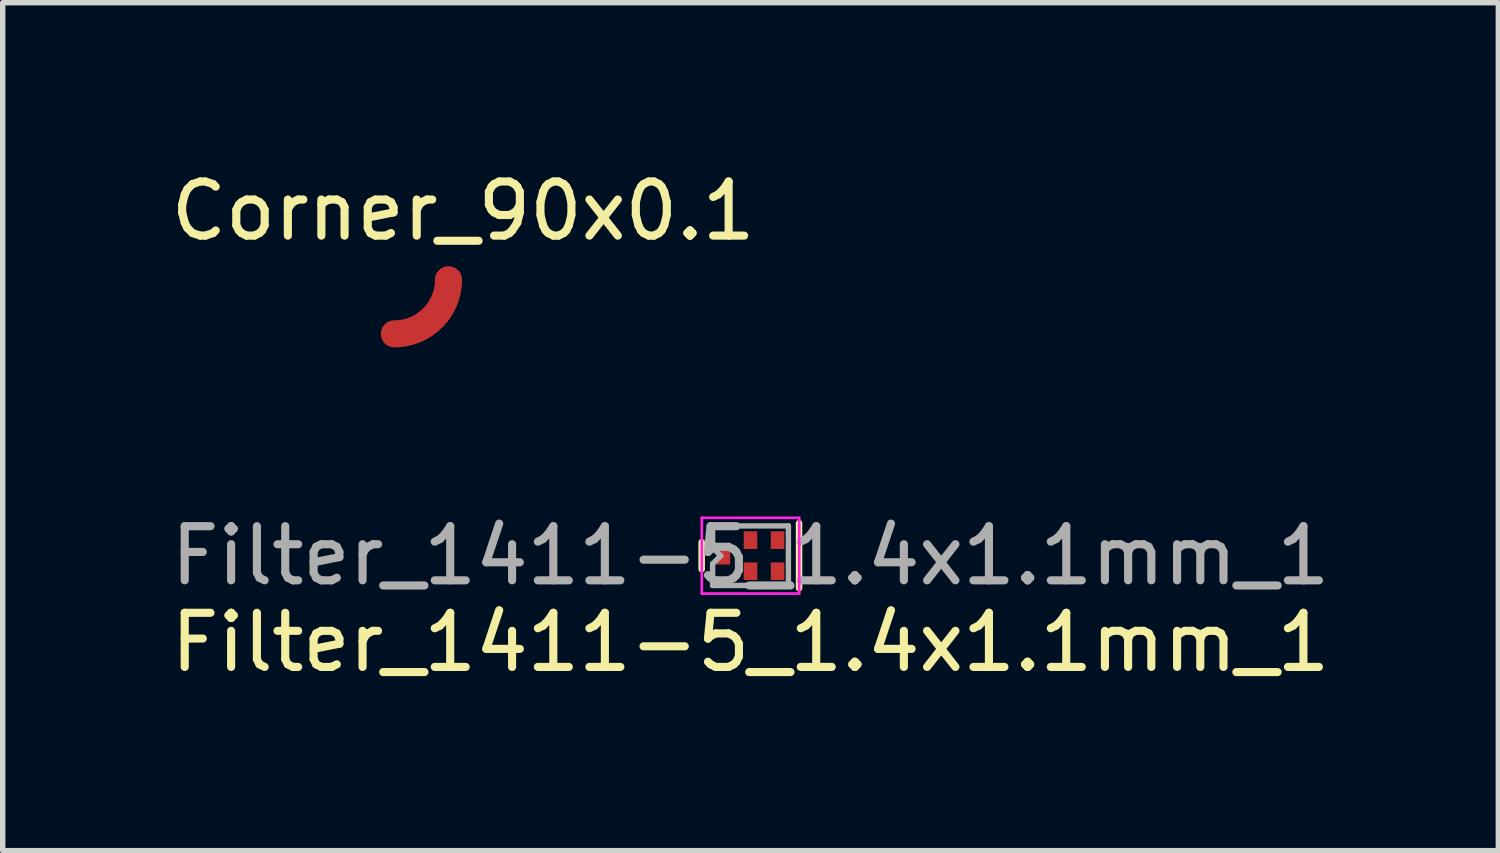
<source format=kicad_pcb>
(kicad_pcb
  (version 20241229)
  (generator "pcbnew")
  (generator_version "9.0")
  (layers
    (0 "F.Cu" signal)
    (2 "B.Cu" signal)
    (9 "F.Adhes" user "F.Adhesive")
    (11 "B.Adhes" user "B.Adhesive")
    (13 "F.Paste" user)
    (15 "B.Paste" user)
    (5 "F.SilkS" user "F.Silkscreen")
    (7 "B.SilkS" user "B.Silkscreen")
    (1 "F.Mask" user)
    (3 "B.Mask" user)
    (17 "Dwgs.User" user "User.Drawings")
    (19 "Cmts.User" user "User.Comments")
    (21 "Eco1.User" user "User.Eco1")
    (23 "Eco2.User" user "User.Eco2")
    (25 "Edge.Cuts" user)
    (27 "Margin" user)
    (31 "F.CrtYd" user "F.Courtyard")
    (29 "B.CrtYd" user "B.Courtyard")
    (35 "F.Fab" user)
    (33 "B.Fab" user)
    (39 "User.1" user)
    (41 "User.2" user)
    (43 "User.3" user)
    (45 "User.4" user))
  (footprint "Corner_90x0.1"
    (layer "F.Cu")
    (at 4.236 2.118)
    (property "Reference" "Corner_90x0.1" (at 1.27 -1.27 0) (layer "F.SilkS") (effects (font (size 1 1) (thickness 0.15))))
    (attr through_hole)
    (fp_arc (start 1 0) (mid 0.707107 0.707107) (end 0 1) (stroke (width 0.5) (type solid)) (layer "F.Cu")))
  (footprint "Filter_1411-5_1.4x1.1mm_1"
    (layer "F.Cu")
    (at 10.815 7.216)
    (property "Reference" "Filter_1411-5_1.4x1.1mm_1" (at 0 1.6 0) (layer "F.SilkS") (effects (font (size 1 1) (thickness 0.15))))
    (attr smd)
    (fp_line (start -0.902 -0.25) (end -0.902 0.25) (stroke (width 0.12) (type solid)) (layer "F.SilkS"))
    (fp_line (start 0.897 0.6) (end 0.897 -0.6) (stroke (width 0.12) (type solid)) (layer "F.SilkS"))
    (fp_line (start -0.9 -0.7) (end 0.9 -0.7) (stroke (width 0.05) (type solid)) (layer "F.CrtYd"))
    (fp_line (start -0.9 0.7) (end -0.9 -0.7) (stroke (width 0.05) (type solid)) (layer "F.CrtYd"))
    (fp_line (start 0.9 -0.7) (end 0.9 0.7) (stroke (width 0.05) (type solid)) (layer "F.CrtYd"))
    (fp_line (start 0.9 0.7) (end -0.9 0.7) (stroke (width 0.05) (type solid)) (layer "F.CrtYd"))
    (fp_line (start -0.7 -0.55) (end -0.7 -0.15) (stroke (width 0.1) (type solid)) (layer "F.Fab"))
    (fp_line (start -0.7 -0.55) (end 0.7 -0.55) (stroke (width 0.1) (type solid)) (layer "F.Fab"))
    (fp_line (start -0.7 -0.15) (end -0.55 0) (stroke (width 0.1) (type solid)) (layer "F.Fab"))
    (fp_line (start -0.7 0.15) (end -0.7 0.55) (stroke (width 0.1) (type solid)) (layer "F.Fab"))
    (fp_line (start -0.55 0) (end -0.7 0.15) (stroke (width 0.1) (type solid)) (layer "F.Fab"))
    (fp_line (start 0.7 -0.55) (end 0.7 0.55) (stroke (width 0.1) (type solid)) (layer "F.Fab"))
    (fp_line (start 0.7 0.55) (end -0.7 0.55) (stroke (width 0.1) (type solid)) (layer "F.Fab"))
    (fp_text user "${REFERENCE}" (at 0 0 0) (layer "F.Fab") (effects (font (size 1 1) (thickness 0.15))))
    (pad "1" smd rect (at -0.5 0 90) (size 0.325 0.25) (layers "F.Cu" "F.Mask" "F.Paste"))
    (pad "2" smd rect (at 0 0.287 90) (size 0.325 0.25) (layers "F.Cu" "F.Mask" "F.Paste"))
    (pad "3" smd rect (at 0.5 0.287 90) (size 0.325 0.25) (layers "F.Cu" "F.Mask" "F.Paste"))
    (pad "4" smd rect (at 0.5 -0.287 90) (size 0.325 0.25) (layers "F.Cu" "F.Mask" "F.Paste"))
    (pad "5" smd rect (at 0 -0.287 90) (size 0.325 0.25) (layers "F.Cu" "F.Mask" "F.Paste")))
  (gr_rect
    (start -3 -3)
    (end 24.631 12.665)
    (stroke (width 0.1) (type default))
    (fill no)
    (layer "Edge.Cuts")))
</source>
